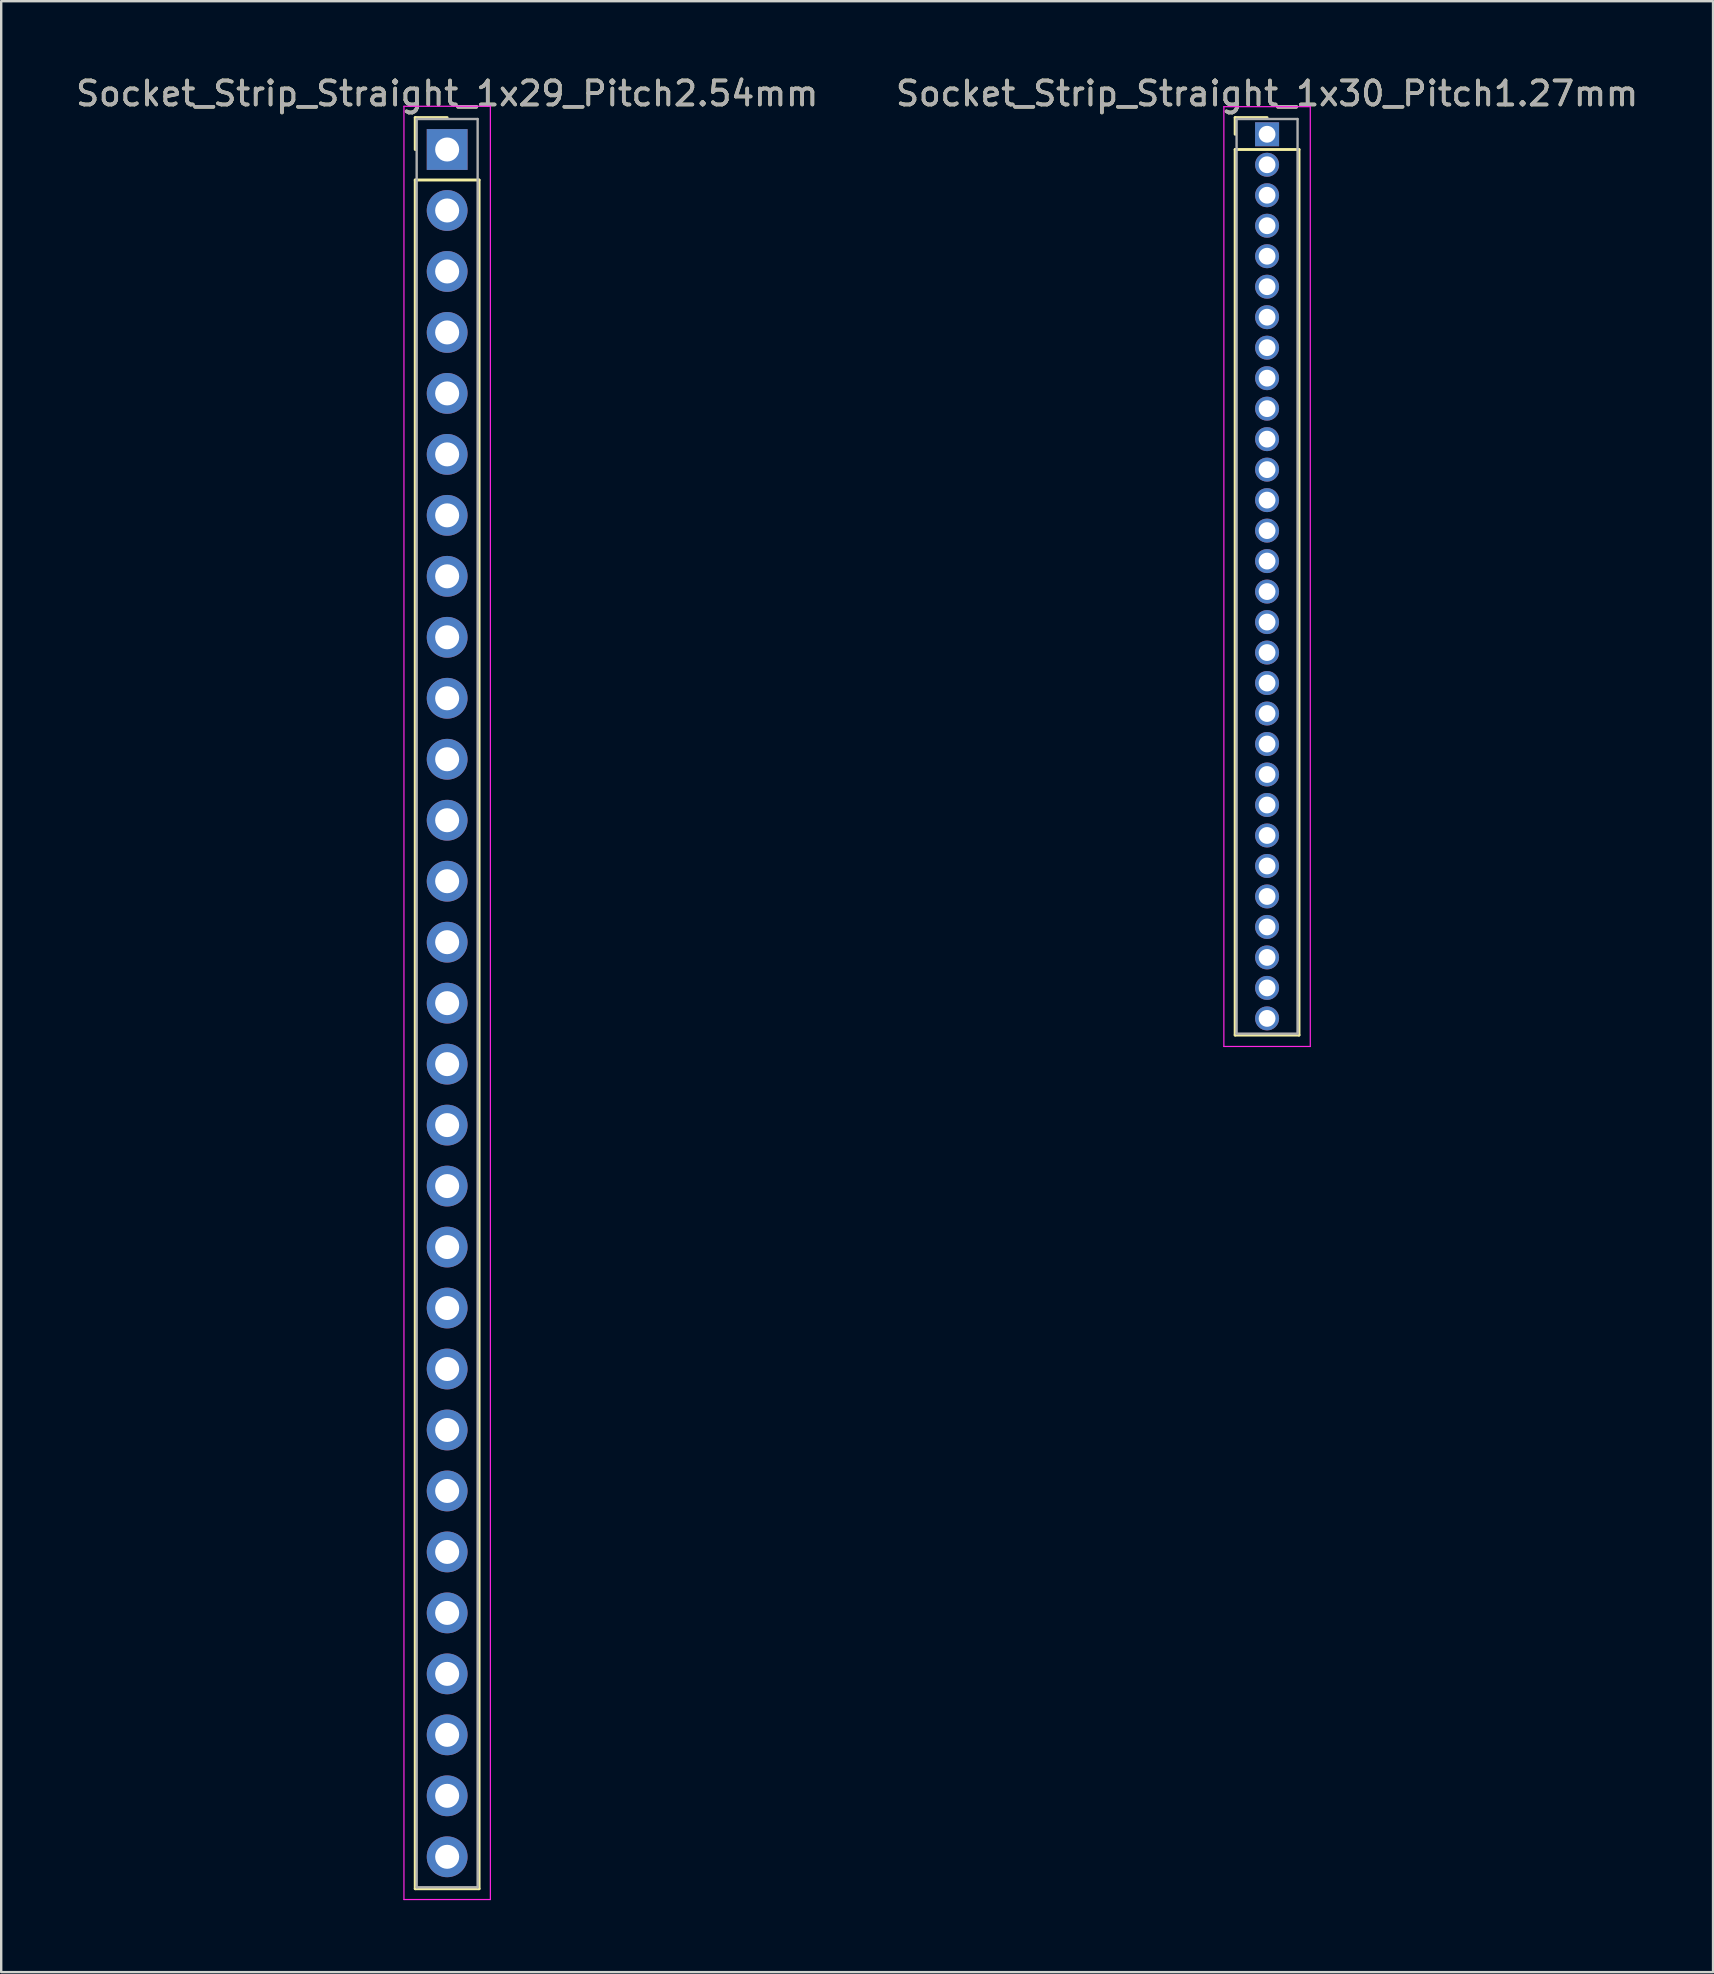
<source format=kicad_pcb>
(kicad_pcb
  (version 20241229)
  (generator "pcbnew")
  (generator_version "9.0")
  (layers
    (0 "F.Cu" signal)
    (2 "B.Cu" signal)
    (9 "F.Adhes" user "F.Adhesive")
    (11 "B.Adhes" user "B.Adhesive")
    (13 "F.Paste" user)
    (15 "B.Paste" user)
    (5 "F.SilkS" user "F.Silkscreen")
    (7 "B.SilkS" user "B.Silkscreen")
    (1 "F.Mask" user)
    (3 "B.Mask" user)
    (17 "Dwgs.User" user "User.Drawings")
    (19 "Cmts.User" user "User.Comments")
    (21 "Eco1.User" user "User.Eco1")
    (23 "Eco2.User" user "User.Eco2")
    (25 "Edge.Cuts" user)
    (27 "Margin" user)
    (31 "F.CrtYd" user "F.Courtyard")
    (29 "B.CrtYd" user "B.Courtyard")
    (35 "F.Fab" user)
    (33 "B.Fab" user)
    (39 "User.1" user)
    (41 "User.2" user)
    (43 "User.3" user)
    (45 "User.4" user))
  (footprint "Socket_Strip_Straight_1x30_Pitch1.27mm"
    (layer "F.Cu")
    (at 49.732 2.543)
    (property "Reference" "Socket_Strip_Straight_1x30_Pitch1.27mm" (at 0 -1.695 0) (layer "F.SilkS") (effects (font (size 1 1) (thickness 0.15))))
    (attr through_hole)
    (fp_line (start -1.33 -0.695) (end 0 -0.695) (stroke (width 0.12) (type solid)) (layer "F.SilkS"))
    (fp_line (start -1.33 0) (end -1.33 -0.695) (stroke (width 0.12) (type solid)) (layer "F.SilkS"))
    (fp_line (start -1.33 0.635) (end -1.33 37.525) (stroke (width 0.12) (type solid)) (layer "F.SilkS"))
    (fp_line (start -1.33 37.525) (end 1.33 37.525) (stroke (width 0.12) (type solid)) (layer "F.SilkS"))
    (fp_line (start 1.33 0.635) (end -1.33 0.635) (stroke (width 0.12) (type solid)) (layer "F.SilkS"))
    (fp_line (start 1.33 37.525) (end 1.33 0.635) (stroke (width 0.12) (type solid)) (layer "F.SilkS"))
    (fp_line (start -1.8 -1.15) (end -1.8 38) (stroke (width 0.05) (type solid)) (layer "F.CrtYd"))
    (fp_line (start -1.8 38) (end 1.8 38) (stroke (width 0.05) (type solid)) (layer "F.CrtYd"))
    (fp_line (start 1.8 -1.15) (end -1.8 -1.15) (stroke (width 0.05) (type solid)) (layer "F.CrtYd"))
    (fp_line (start 1.8 38) (end 1.8 -1.15) (stroke (width 0.05) (type solid)) (layer "F.CrtYd"))
    (fp_line (start -1.27 -0.635) (end -1.27 37.465) (stroke (width 0.1) (type solid)) (layer "F.Fab"))
    (fp_line (start -1.27 37.465) (end 1.27 37.465) (stroke (width 0.1) (type solid)) (layer "F.Fab"))
    (fp_line (start 1.27 -0.635) (end -1.27 -0.635) (stroke (width 0.1) (type solid)) (layer "F.Fab"))
    (fp_line (start 1.27 37.465) (end 1.27 -0.635) (stroke (width 0.1) (type solid)) (layer "F.Fab"))
    (fp_text user "${REFERENCE}" (at 0 -1.695 0) (layer "F.Fab") (effects (font (size 1 1) (thickness 0.15))))
    (pad "1" thru_hole rect (at 0 0) (size 1 1) (drill 0.7) (layers "*.Cu" "*.Mask"))
    (pad "2" thru_hole oval (at 0 1.27) (size 1 1) (drill 0.7) (layers "*.Cu" "*.Mask"))
    (pad "3" thru_hole oval (at 0 2.54) (size 1 1) (drill 0.7) (layers "*.Cu" "*.Mask"))
    (pad "4" thru_hole oval (at 0 3.81) (size 1 1) (drill 0.7) (layers "*.Cu" "*.Mask"))
    (pad "5" thru_hole oval (at 0 5.08) (size 1 1) (drill 0.7) (layers "*.Cu" "*.Mask"))
    (pad "6" thru_hole oval (at 0 6.35) (size 1 1) (drill 0.7) (layers "*.Cu" "*.Mask"))
    (pad "7" thru_hole oval (at 0 7.62) (size 1 1) (drill 0.7) (layers "*.Cu" "*.Mask"))
    (pad "8" thru_hole oval (at 0 8.89) (size 1 1) (drill 0.7) (layers "*.Cu" "*.Mask"))
    (pad "9" thru_hole oval (at 0 10.16) (size 1 1) (drill 0.7) (layers "*.Cu" "*.Mask"))
    (pad "10" thru_hole oval (at 0 11.43) (size 1 1) (drill 0.7) (layers "*.Cu" "*.Mask"))
    (pad "11" thru_hole oval (at 0 12.7) (size 1 1) (drill 0.7) (layers "*.Cu" "*.Mask"))
    (pad "12" thru_hole oval (at 0 13.97) (size 1 1) (drill 0.7) (layers "*.Cu" "*.Mask"))
    (pad "13" thru_hole oval (at 0 15.24) (size 1 1) (drill 0.7) (layers "*.Cu" "*.Mask"))
    (pad "14" thru_hole oval (at 0 16.51) (size 1 1) (drill 0.7) (layers "*.Cu" "*.Mask"))
    (pad "15" thru_hole oval (at 0 17.78) (size 1 1) (drill 0.7) (layers "*.Cu" "*.Mask"))
    (pad "16" thru_hole oval (at 0 19.05) (size 1 1) (drill 0.7) (layers "*.Cu" "*.Mask"))
    (pad "17" thru_hole oval (at 0 20.32) (size 1 1) (drill 0.7) (layers "*.Cu" "*.Mask"))
    (pad "18" thru_hole oval (at 0 21.59) (size 1 1) (drill 0.7) (layers "*.Cu" "*.Mask"))
    (pad "19" thru_hole oval (at 0 22.86) (size 1 1) (drill 0.7) (layers "*.Cu" "*.Mask"))
    (pad "20" thru_hole oval (at 0 24.13) (size 1 1) (drill 0.7) (layers "*.Cu" "*.Mask"))
    (pad "21" thru_hole oval (at 0 25.4) (size 1 1) (drill 0.7) (layers "*.Cu" "*.Mask"))
    (pad "22" thru_hole oval (at 0 26.67) (size 1 1) (drill 0.7) (layers "*.Cu" "*.Mask"))
    (pad "23" thru_hole oval (at 0 27.94) (size 1 1) (drill 0.7) (layers "*.Cu" "*.Mask"))
    (pad "24" thru_hole oval (at 0 29.21) (size 1 1) (drill 0.7) (layers "*.Cu" "*.Mask"))
    (pad "25" thru_hole oval (at 0 30.48) (size 1 1) (drill 0.7) (layers "*.Cu" "*.Mask"))
    (pad "26" thru_hole oval (at 0 31.75) (size 1 1) (drill 0.7) (layers "*.Cu" "*.Mask"))
    (pad "27" thru_hole oval (at 0 33.02) (size 1 1) (drill 0.7) (layers "*.Cu" "*.Mask"))
    (pad "28" thru_hole oval (at 0 34.29) (size 1 1) (drill 0.7) (layers "*.Cu" "*.Mask"))
    (pad "29" thru_hole oval (at 0 35.56) (size 1 1) (drill 0.7) (layers "*.Cu" "*.Mask"))
    (pad "30" thru_hole oval (at 0 36.83) (size 1 1) (drill 0.7) (layers "*.Cu" "*.Mask")))
  (footprint "Socket_Strip_Straight_1x29_Pitch2.54mm"
    (layer "F.Cu")
    (at 15.577 3.178)
    (property "Reference" "Socket_Strip_Straight_1x29_Pitch2.54mm" (at 0 -2.33 0) (layer "F.SilkS") (effects (font (size 1 1) (thickness 0.15))))
    (attr through_hole)
    (fp_line (start -1.33 -1.33) (end 0 -1.33) (stroke (width 0.12) (type solid)) (layer "F.SilkS"))
    (fp_line (start -1.33 0) (end -1.33 -1.33) (stroke (width 0.12) (type solid)) (layer "F.SilkS"))
    (fp_line (start -1.33 1.27) (end -1.33 72.45) (stroke (width 0.12) (type solid)) (layer "F.SilkS"))
    (fp_line (start -1.33 72.45) (end 1.33 72.45) (stroke (width 0.12) (type solid)) (layer "F.SilkS"))
    (fp_line (start 1.33 1.27) (end -1.33 1.27) (stroke (width 0.12) (type solid)) (layer "F.SilkS"))
    (fp_line (start 1.33 72.45) (end 1.33 1.27) (stroke (width 0.12) (type solid)) (layer "F.SilkS"))
    (fp_line (start -1.8 -1.8) (end -1.8 72.9) (stroke (width 0.05) (type solid)) (layer "F.CrtYd"))
    (fp_line (start -1.8 72.9) (end 1.8 72.9) (stroke (width 0.05) (type solid)) (layer "F.CrtYd"))
    (fp_line (start 1.8 -1.8) (end -1.8 -1.8) (stroke (width 0.05) (type solid)) (layer "F.CrtYd"))
    (fp_line (start 1.8 72.9) (end 1.8 -1.8) (stroke (width 0.05) (type solid)) (layer "F.CrtYd"))
    (fp_line (start -1.27 -1.27) (end -1.27 72.39) (stroke (width 0.1) (type solid)) (layer "F.Fab"))
    (fp_line (start -1.27 72.39) (end 1.27 72.39) (stroke (width 0.1) (type solid)) (layer "F.Fab"))
    (fp_line (start 1.27 -1.27) (end -1.27 -1.27) (stroke (width 0.1) (type solid)) (layer "F.Fab"))
    (fp_line (start 1.27 72.39) (end 1.27 -1.27) (stroke (width 0.1) (type solid)) (layer "F.Fab"))
    (fp_text user "${REFERENCE}" (at 0 -2.33 0) (layer "F.Fab") (effects (font (size 1 1) (thickness 0.15))))
    (pad "1" thru_hole rect (at 0 0) (size 1.7 1.7) (drill 1) (layers "*.Cu" "*.Mask"))
    (pad "2" thru_hole oval (at 0 2.54) (size 1.7 1.7) (drill 1) (layers "*.Cu" "*.Mask"))
    (pad "3" thru_hole oval (at 0 5.08) (size 1.7 1.7) (drill 1) (layers "*.Cu" "*.Mask"))
    (pad "4" thru_hole oval (at 0 7.62) (size 1.7 1.7) (drill 1) (layers "*.Cu" "*.Mask"))
    (pad "5" thru_hole oval (at 0 10.16) (size 1.7 1.7) (drill 1) (layers "*.Cu" "*.Mask"))
    (pad "6" thru_hole oval (at 0 12.7) (size 1.7 1.7) (drill 1) (layers "*.Cu" "*.Mask"))
    (pad "7" thru_hole oval (at 0 15.24) (size 1.7 1.7) (drill 1) (layers "*.Cu" "*.Mask"))
    (pad "8" thru_hole oval (at 0 17.78) (size 1.7 1.7) (drill 1) (layers "*.Cu" "*.Mask"))
    (pad "9" thru_hole oval (at 0 20.32) (size 1.7 1.7) (drill 1) (layers "*.Cu" "*.Mask"))
    (pad "10" thru_hole oval (at 0 22.86) (size 1.7 1.7) (drill 1) (layers "*.Cu" "*.Mask"))
    (pad "11" thru_hole oval (at 0 25.4) (size 1.7 1.7) (drill 1) (layers "*.Cu" "*.Mask"))
    (pad "12" thru_hole oval (at 0 27.94) (size 1.7 1.7) (drill 1) (layers "*.Cu" "*.Mask"))
    (pad "13" thru_hole oval (at 0 30.48) (size 1.7 1.7) (drill 1) (layers "*.Cu" "*.Mask"))
    (pad "14" thru_hole oval (at 0 33.02) (size 1.7 1.7) (drill 1) (layers "*.Cu" "*.Mask"))
    (pad "15" thru_hole oval (at 0 35.56) (size 1.7 1.7) (drill 1) (layers "*.Cu" "*.Mask"))
    (pad "16" thru_hole oval (at 0 38.1) (size 1.7 1.7) (drill 1) (layers "*.Cu" "*.Mask"))
    (pad "17" thru_hole oval (at 0 40.64) (size 1.7 1.7) (drill 1) (layers "*.Cu" "*.Mask"))
    (pad "18" thru_hole oval (at 0 43.18) (size 1.7 1.7) (drill 1) (layers "*.Cu" "*.Mask"))
    (pad "19" thru_hole oval (at 0 45.72) (size 1.7 1.7) (drill 1) (layers "*.Cu" "*.Mask"))
    (pad "20" thru_hole oval (at 0 48.26) (size 1.7 1.7) (drill 1) (layers "*.Cu" "*.Mask"))
    (pad "21" thru_hole oval (at 0 50.8) (size 1.7 1.7) (drill 1) (layers "*.Cu" "*.Mask"))
    (pad "22" thru_hole oval (at 0 53.34) (size 1.7 1.7) (drill 1) (layers "*.Cu" "*.Mask"))
    (pad "23" thru_hole oval (at 0 55.88) (size 1.7 1.7) (drill 1) (layers "*.Cu" "*.Mask"))
    (pad "24" thru_hole oval (at 0 58.42) (size 1.7 1.7) (drill 1) (layers "*.Cu" "*.Mask"))
    (pad "25" thru_hole oval (at 0 60.96) (size 1.7 1.7) (drill 1) (layers "*.Cu" "*.Mask"))
    (pad "26" thru_hole oval (at 0 63.5) (size 1.7 1.7) (drill 1) (layers "*.Cu" "*.Mask"))
    (pad "27" thru_hole oval (at 0 66.04) (size 1.7 1.7) (drill 1) (layers "*.Cu" "*.Mask"))
    (pad "28" thru_hole oval (at 0 68.58) (size 1.7 1.7) (drill 1) (layers "*.Cu" "*.Mask"))
    (pad "29" thru_hole oval (at 0 71.12) (size 1.7 1.7) (drill 1) (layers "*.Cu" "*.Mask")))
  (gr_rect
    (start -3 -3)
    (end 68.31 79.103)
    (stroke (width 0.1) (type default))
    (fill no)
    (layer "Edge.Cuts")))
</source>
